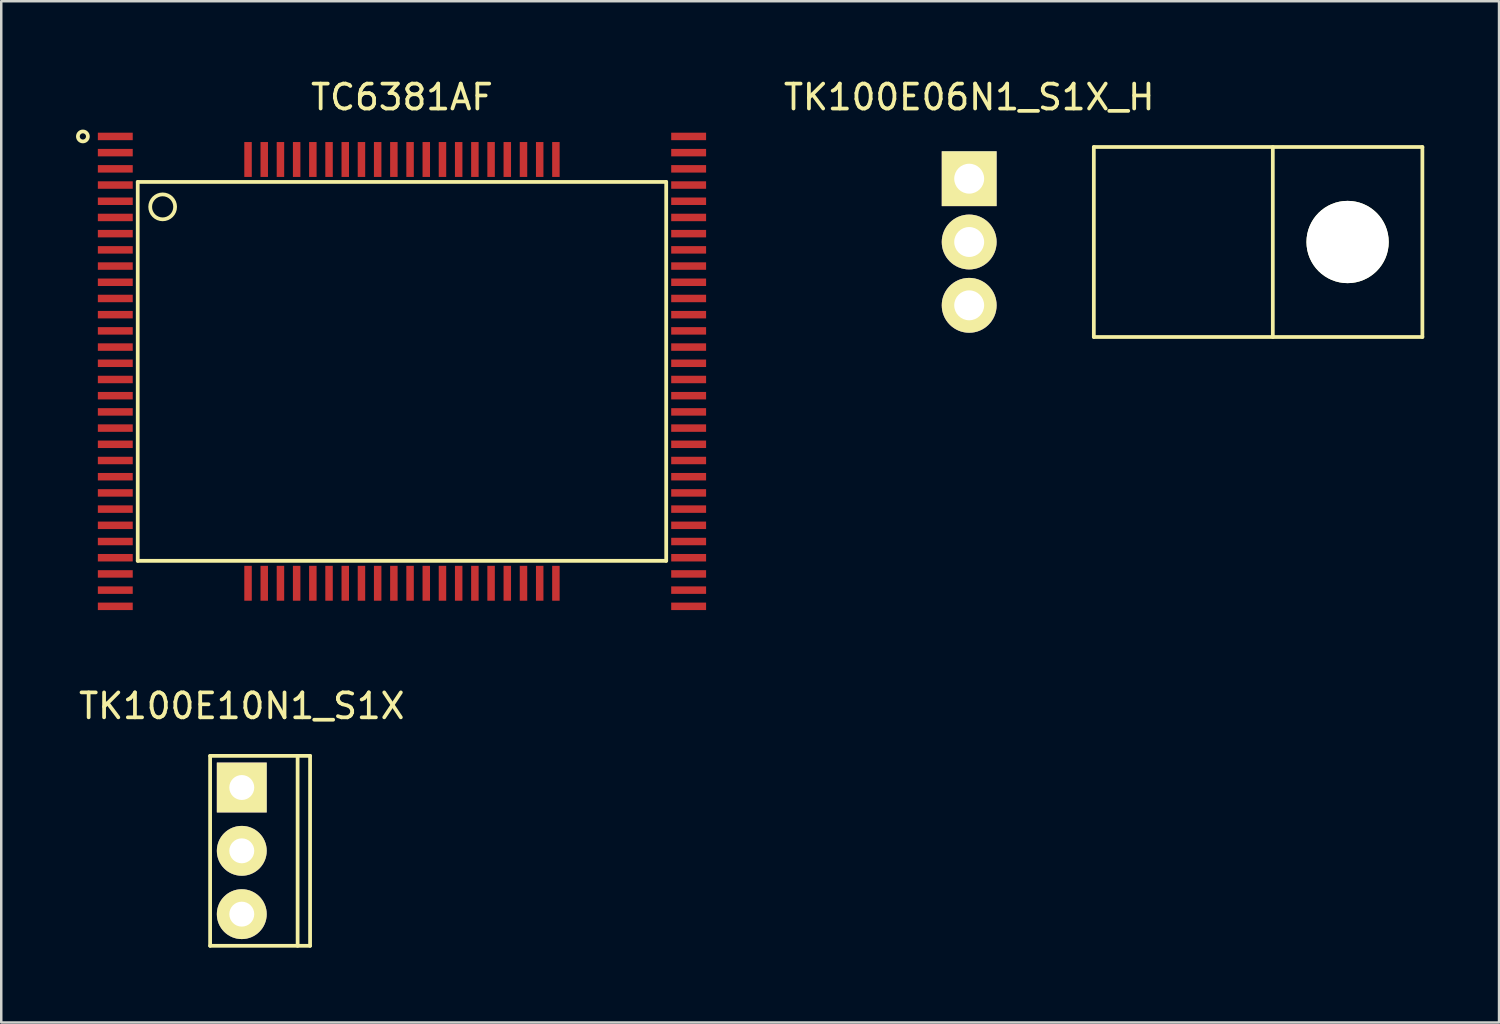
<source format=kicad_pcb>
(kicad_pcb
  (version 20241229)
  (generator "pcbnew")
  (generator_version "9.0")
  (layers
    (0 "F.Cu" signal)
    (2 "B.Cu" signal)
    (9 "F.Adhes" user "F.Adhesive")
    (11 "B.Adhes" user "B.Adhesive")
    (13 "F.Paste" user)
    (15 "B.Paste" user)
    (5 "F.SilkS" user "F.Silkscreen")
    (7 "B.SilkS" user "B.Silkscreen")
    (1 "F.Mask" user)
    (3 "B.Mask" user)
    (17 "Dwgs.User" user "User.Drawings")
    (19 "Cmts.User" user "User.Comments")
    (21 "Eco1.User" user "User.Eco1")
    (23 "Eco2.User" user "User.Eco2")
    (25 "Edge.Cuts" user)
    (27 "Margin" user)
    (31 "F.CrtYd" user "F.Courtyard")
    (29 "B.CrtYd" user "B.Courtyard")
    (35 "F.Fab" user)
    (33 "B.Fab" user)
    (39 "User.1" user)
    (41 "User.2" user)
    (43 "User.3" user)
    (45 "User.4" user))
  (footprint "TC6381AF"
    (layer "F.Cu")
    (at 1.575 3.348)
    (property "Reference" "TC6381AF" (at 11.5 -2.5 0) (layer "F.SilkS") (effects (font (size 1 1) (thickness 0.15))))
    (attr through_hole)
    (fp_line (start 0.9 0.9) (end 0.9 16.1) (stroke (width 0.15) (type solid)) (layer "F.SilkS"))
    (fp_line (start 0.9 0.9) (end 22.1 0.9) (stroke (width 0.15) (type solid)) (layer "F.SilkS"))
    (fp_line (start 0.9 16.1) (end 22.1 16.1) (stroke (width 0.15) (type solid)) (layer "F.SilkS"))
    (fp_line (start 22.1 16.1) (end 22.1 0.9) (stroke (width 0.15) (type solid)) (layer "F.SilkS"))
    (fp_circle (center -1.3 -0.925) (end -1.3 -1.125) (stroke (width 0.15) (type solid)) (fill no) (layer "F.SilkS"))
    (fp_circle (center 1.9 1.9) (end 1.9 1.4) (stroke (width 0.15) (type solid)) (fill no) (layer "F.SilkS"))
    (pad "1" smd rect (at 0 -0.925) (size 1.4 0.3) (layers "F.Cu" "F.Mask" "F.Paste"))
    (pad "2" smd rect (at 0 -0.275) (size 1.4 0.3) (layers "F.Cu" "F.Mask" "F.Paste"))
    (pad "3" smd rect (at 0 0.375) (size 1.4 0.3) (layers "F.Cu" "F.Mask" "F.Paste"))
    (pad "4" smd rect (at 0 1.025) (size 1.4 0.3) (layers "F.Cu" "F.Mask" "F.Paste"))
    (pad "5" smd rect (at 0 1.675) (size 1.4 0.3) (layers "F.Cu" "F.Mask" "F.Paste"))
    (pad "6" smd rect (at 0 2.325) (size 1.4 0.3) (layers "F.Cu" "F.Mask" "F.Paste"))
    (pad "7" smd rect (at 0 2.975) (size 1.4 0.3) (layers "F.Cu" "F.Mask" "F.Paste"))
    (pad "8" smd rect (at 0 3.625) (size 1.4 0.3) (layers "F.Cu" "F.Mask" "F.Paste"))
    (pad "9" smd rect (at 0 4.275) (size 1.4 0.3) (layers "F.Cu" "F.Mask" "F.Paste"))
    (pad "10" smd rect (at 0 4.925) (size 1.4 0.3) (layers "F.Cu" "F.Mask" "F.Paste"))
    (pad "11" smd rect (at 0 5.575) (size 1.4 0.3) (layers "F.Cu" "F.Mask" "F.Paste"))
    (pad "12" smd rect (at 0 6.225) (size 1.4 0.3) (layers "F.Cu" "F.Mask" "F.Paste"))
    (pad "13" smd rect (at 0 6.875) (size 1.4 0.3) (layers "F.Cu" "F.Mask" "F.Paste"))
    (pad "14" smd rect (at 0 7.525) (size 1.4 0.3) (layers "F.Cu" "F.Mask" "F.Paste"))
    (pad "15" smd rect (at 0 8.175) (size 1.4 0.3) (layers "F.Cu" "F.Mask" "F.Paste"))
    (pad "16" smd rect (at 0 8.825) (size 1.4 0.3) (layers "F.Cu" "F.Mask" "F.Paste"))
    (pad "17" smd rect (at 0 9.475) (size 1.4 0.3) (layers "F.Cu" "F.Mask" "F.Paste"))
    (pad "18" smd rect (at 0 10.125) (size 1.4 0.3) (layers "F.Cu" "F.Mask" "F.Paste"))
    (pad "19" smd rect (at 0 10.775) (size 1.4 0.3) (layers "F.Cu" "F.Mask" "F.Paste"))
    (pad "20" smd rect (at 0 11.425) (size 1.4 0.3) (layers "F.Cu" "F.Mask" "F.Paste"))
    (pad "21" smd rect (at 0 12.075) (size 1.4 0.3) (layers "F.Cu" "F.Mask" "F.Paste"))
    (pad "22" smd rect (at 0 12.725) (size 1.4 0.3) (layers "F.Cu" "F.Mask" "F.Paste"))
    (pad "23" smd rect (at 0 13.375) (size 1.4 0.3) (layers "F.Cu" "F.Mask" "F.Paste"))
    (pad "24" smd rect (at 0 14.025) (size 1.4 0.3) (layers "F.Cu" "F.Mask" "F.Paste"))
    (pad "25" smd rect (at 0 14.675) (size 1.4 0.3) (layers "F.Cu" "F.Mask" "F.Paste"))
    (pad "26" smd rect (at 0 15.325) (size 1.4 0.3) (layers "F.Cu" "F.Mask" "F.Paste"))
    (pad "27" smd rect (at 0 15.975) (size 1.4 0.3) (layers "F.Cu" "F.Mask" "F.Paste"))
    (pad "28" smd rect (at 0 16.625) (size 1.4 0.3) (layers "F.Cu" "F.Mask" "F.Paste"))
    (pad "29" smd rect (at 0 17.275) (size 1.4 0.3) (layers "F.Cu" "F.Mask" "F.Paste"))
    (pad "30" smd rect (at 0 17.925) (size 1.4 0.3) (layers "F.Cu" "F.Mask" "F.Paste"))
    (pad "31" smd rect (at 5.325 17) (size 0.3 1.4) (layers "F.Cu" "F.Mask" "F.Paste"))
    (pad "32" smd rect (at 5.975 17) (size 0.3 1.4) (layers "F.Cu" "F.Mask" "F.Paste"))
    (pad "33" smd rect (at 6.625 17) (size 0.3 1.4) (layers "F.Cu" "F.Mask" "F.Paste"))
    (pad "34" smd rect (at 7.275 17) (size 0.3 1.4) (layers "F.Cu" "F.Mask" "F.Paste"))
    (pad "35" smd rect (at 7.925 17) (size 0.3 1.4) (layers "F.Cu" "F.Mask" "F.Paste"))
    (pad "36" smd rect (at 8.575 17) (size 0.3 1.4) (layers "F.Cu" "F.Mask" "F.Paste"))
    (pad "37" smd rect (at 9.225 17) (size 0.3 1.4) (layers "F.Cu" "F.Mask" "F.Paste"))
    (pad "38" smd rect (at 9.875 17) (size 0.3 1.4) (layers "F.Cu" "F.Mask" "F.Paste"))
    (pad "39" smd rect (at 10.525 17) (size 0.3 1.4) (layers "F.Cu" "F.Mask" "F.Paste"))
    (pad "40" smd rect (at 11.175 17) (size 0.3 1.4) (layers "F.Cu" "F.Mask" "F.Paste"))
    (pad "41" smd rect (at 11.825 17) (size 0.3 1.4) (layers "F.Cu" "F.Mask" "F.Paste"))
    (pad "42" smd rect (at 12.475 17) (size 0.3 1.4) (layers "F.Cu" "F.Mask" "F.Paste"))
    (pad "43" smd rect (at 13.125 17) (size 0.3 1.4) (layers "F.Cu" "F.Mask" "F.Paste"))
    (pad "44" smd rect (at 13.775 17) (size 0.3 1.4) (layers "F.Cu" "F.Mask" "F.Paste"))
    (pad "45" smd rect (at 14.425 17) (size 0.3 1.4) (layers "F.Cu" "F.Mask" "F.Paste"))
    (pad "46" smd rect (at 15.075 17) (size 0.3 1.4) (layers "F.Cu" "F.Mask" "F.Paste"))
    (pad "47" smd rect (at 15.725 17) (size 0.3 1.4) (layers "F.Cu" "F.Mask" "F.Paste"))
    (pad "48" smd rect (at 16.375 17) (size 0.3 1.4) (layers "F.Cu" "F.Mask" "F.Paste"))
    (pad "49" smd rect (at 17.025 17) (size 0.3 1.4) (layers "F.Cu" "F.Mask" "F.Paste"))
    (pad "50" smd rect (at 17.675 17) (size 0.3 1.4) (layers "F.Cu" "F.Mask" "F.Paste"))
    (pad "51" smd rect (at 23 17.925) (size 1.4 0.3) (layers "F.Cu" "F.Mask" "F.Paste"))
    (pad "52" smd rect (at 23 17.275) (size 1.4 0.3) (layers "F.Cu" "F.Mask" "F.Paste"))
    (pad "53" smd rect (at 23 16.625) (size 1.4 0.3) (layers "F.Cu" "F.Mask" "F.Paste"))
    (pad "54" smd rect (at 23 15.975) (size 1.4 0.3) (layers "F.Cu" "F.Mask" "F.Paste"))
    (pad "55" smd rect (at 23 15.325) (size 1.4 0.3) (layers "F.Cu" "F.Mask" "F.Paste"))
    (pad "56" smd rect (at 23 14.675) (size 1.4 0.3) (layers "F.Cu" "F.Mask" "F.Paste"))
    (pad "57" smd rect (at 23 14.025) (size 1.4 0.3) (layers "F.Cu" "F.Mask" "F.Paste"))
    (pad "58" smd rect (at 23 13.375) (size 1.4 0.3) (layers "F.Cu" "F.Mask" "F.Paste"))
    (pad "59" smd rect (at 23 12.725) (size 1.4 0.3) (layers "F.Cu" "F.Mask" "F.Paste"))
    (pad "60" smd rect (at 23 12.075) (size 1.4 0.3) (layers "F.Cu" "F.Mask" "F.Paste"))
    (pad "61" smd rect (at 23 11.425) (size 1.4 0.3) (layers "F.Cu" "F.Mask" "F.Paste"))
    (pad "62" smd rect (at 23 10.775) (size 1.4 0.3) (layers "F.Cu" "F.Mask" "F.Paste"))
    (pad "63" smd rect (at 23 10.125) (size 1.4 0.3) (layers "F.Cu" "F.Mask" "F.Paste"))
    (pad "64" smd rect (at 23 9.475) (size 1.4 0.3) (layers "F.Cu" "F.Mask" "F.Paste"))
    (pad "65" smd rect (at 23 8.825) (size 1.4 0.3) (layers "F.Cu" "F.Mask" "F.Paste"))
    (pad "66" smd rect (at 23 8.175) (size 1.4 0.3) (layers "F.Cu" "F.Mask" "F.Paste"))
    (pad "67" smd rect (at 23 7.525) (size 1.4 0.3) (layers "F.Cu" "F.Mask" "F.Paste"))
    (pad "68" smd rect (at 23 6.875) (size 1.4 0.3) (layers "F.Cu" "F.Mask" "F.Paste"))
    (pad "69" smd rect (at 23 6.225) (size 1.4 0.3) (layers "F.Cu" "F.Mask" "F.Paste"))
    (pad "70" smd rect (at 23 5.575) (size 1.4 0.3) (layers "F.Cu" "F.Mask" "F.Paste"))
    (pad "71" smd rect (at 23 4.925) (size 1.4 0.3) (layers "F.Cu" "F.Mask" "F.Paste"))
    (pad "72" smd rect (at 23 4.275) (size 1.4 0.3) (layers "F.Cu" "F.Mask" "F.Paste"))
    (pad "73" smd rect (at 23 3.625) (size 1.4 0.3) (layers "F.Cu" "F.Mask" "F.Paste"))
    (pad "74" smd rect (at 23 2.975) (size 1.4 0.3) (layers "F.Cu" "F.Mask" "F.Paste"))
    (pad "75" smd rect (at 23 2.325) (size 1.4 0.3) (layers "F.Cu" "F.Mask" "F.Paste"))
    (pad "76" smd rect (at 23 1.675) (size 1.4 0.3) (layers "F.Cu" "F.Mask" "F.Paste"))
    (pad "77" smd rect (at 23 1.025) (size 1.4 0.3) (layers "F.Cu" "F.Mask" "F.Paste"))
    (pad "78" smd rect (at 23 0.375) (size 1.4 0.3) (layers "F.Cu" "F.Mask" "F.Paste"))
    (pad "79" smd rect (at 23 -0.275) (size 1.4 0.3) (layers "F.Cu" "F.Mask" "F.Paste"))
    (pad "80" smd rect (at 23 -0.925) (size 1.4 0.3) (layers "F.Cu" "F.Mask" "F.Paste"))
    (pad "81" smd rect (at 17.675 0) (size 0.3 1.4) (layers "F.Cu" "F.Mask" "F.Paste"))
    (pad "82" smd rect (at 17.025 0) (size 0.3 1.4) (layers "F.Cu" "F.Mask" "F.Paste"))
    (pad "83" smd rect (at 16.375 0) (size 0.3 1.4) (layers "F.Cu" "F.Mask" "F.Paste"))
    (pad "84" smd rect (at 15.725 0) (size 0.3 1.4) (layers "F.Cu" "F.Mask" "F.Paste"))
    (pad "85" smd rect (at 15.075 0) (size 0.3 1.4) (layers "F.Cu" "F.Mask" "F.Paste"))
    (pad "86" smd rect (at 14.425 0) (size 0.3 1.4) (layers "F.Cu" "F.Mask" "F.Paste"))
    (pad "87" smd rect (at 13.775 0) (size 0.3 1.4) (layers "F.Cu" "F.Mask" "F.Paste"))
    (pad "88" smd rect (at 13.125 0) (size 0.3 1.4) (layers "F.Cu" "F.Mask" "F.Paste"))
    (pad "89" smd rect (at 12.475 0) (size 0.3 1.4) (layers "F.Cu" "F.Mask" "F.Paste"))
    (pad "90" smd rect (at 11.825 0) (size 0.3 1.4) (layers "F.Cu" "F.Mask" "F.Paste"))
    (pad "91" smd rect (at 11.175 0) (size 0.3 1.4) (layers "F.Cu" "F.Mask" "F.Paste"))
    (pad "92" smd rect (at 10.525 0) (size 0.3 1.4) (layers "F.Cu" "F.Mask" "F.Paste"))
    (pad "93" smd rect (at 9.875 0) (size 0.3 1.4) (layers "F.Cu" "F.Mask" "F.Paste"))
    (pad "94" smd rect (at 9.225 0) (size 0.3 1.4) (layers "F.Cu" "F.Mask" "F.Paste"))
    (pad "95" smd rect (at 8.575 0) (size 0.3 1.4) (layers "F.Cu" "F.Mask" "F.Paste"))
    (pad "96" smd rect (at 7.925 0) (size 0.3 1.4) (layers "F.Cu" "F.Mask" "F.Paste"))
    (pad "97" smd rect (at 7.275 0) (size 0.3 1.4) (layers "F.Cu" "F.Mask" "F.Paste"))
    (pad "98" smd rect (at 6.625 0) (size 0.3 1.4) (layers "F.Cu" "F.Mask" "F.Paste"))
    (pad "99" smd rect (at 5.975 0) (size 0.3 1.4) (layers "F.Cu" "F.Mask" "F.Paste"))
    (pad "100" smd rect (at 5.325 0) (size 0.3 1.4) (layers "F.Cu" "F.Mask" "F.Paste")))
  (footprint "TK100E10N1_S1X"
    (layer "F.Cu")
    (at 6.649 28.541)
    (property "Reference" "TK100E10N1_S1X" (at 0 -3.27 0) (layer "F.SilkS") (effects (font (size 1 1) (thickness 0.15))))
    (attr through_hole)
    (fp_line (start -1.27 -1.27) (end -1.27 6.35) (stroke (width 0.15) (type solid)) (layer "F.SilkS"))
    (fp_line (start -1.27 -1.27) (end 2.74 -1.27) (stroke (width 0.15) (type solid)) (layer "F.SilkS"))
    (fp_line (start -1.27 6.35) (end 2.74 6.35) (stroke (width 0.15) (type solid)) (layer "F.SilkS"))
    (fp_line (start 2.24 -1.27) (end 2.24 6.35) (stroke (width 0.15) (type solid)) (layer "F.SilkS"))
    (fp_line (start 2.74 -1.27) (end 2.74 6.35) (stroke (width 0.15) (type solid)) (layer "F.SilkS"))
    (pad "1" thru_hole rect (at 0 0) (size 2 2) (drill 1) (layers "*.Cu" "*.Mask" "F.SilkS"))
    (pad "2" thru_hole circle (at 0 2.54) (size 2 2) (drill 1) (layers "*.Cu" "*.Mask" "F.SilkS"))
    (pad "3" thru_hole circle (at 0 5.08) (size 2 2) (drill 1) (layers "*.Cu" "*.Mask" "F.SilkS")))
  (footprint "TK100E06N1_S1X_H"
    (layer "F.Cu")
    (at 35.829 4.118)
    (property "Reference" "TK100E06N1_S1X_H" (at 0 -3.27 0) (layer "F.SilkS") (effects (font (size 1 1) (thickness 0.15))))
    (attr through_hole)
    (fp_line (start 5 -1.27) (end 5 6.35) (stroke (width 0.15) (type solid)) (layer "F.SilkS"))
    (fp_line (start 5 -1.27) (end 18.18 -1.27) (stroke (width 0.15) (type solid)) (layer "F.SilkS"))
    (fp_line (start 5 6.35) (end 18.18 6.35) (stroke (width 0.15) (type solid)) (layer "F.SilkS"))
    (fp_line (start 12.18 -1.27) (end 12.18 6.35) (stroke (width 0.15) (type solid)) (layer "F.SilkS"))
    (fp_line (start 18.18 -1.27) (end 18.18 6.35) (stroke (width 0.15) (type solid)) (layer "F.SilkS"))
    (pad "" np_thru_hole circle (at 15.18 2.54) (size 3.3 3.3) (drill 3.3) (layers "*.Cu" "*.Mask" "F.SilkS"))
    (pad "1" thru_hole rect (at 0 0) (size 2.2 2.2) (drill 1.2) (layers "*.Cu" "*.Mask" "F.SilkS"))
    (pad "2" thru_hole circle (at 0 2.54) (size 2.2 2.2) (drill 1.2) (layers "*.Cu" "*.Mask" "F.SilkS"))
    (pad "3" thru_hole circle (at 0 5.08) (size 2.2 2.2) (drill 1.2) (layers "*.Cu" "*.Mask" "F.SilkS")))
  (gr_rect
    (start -3 -3)
    (end 57.084 37.967)
    (stroke (width 0.1) (type default))
    (fill no)
    (layer "Edge.Cuts")))
</source>
